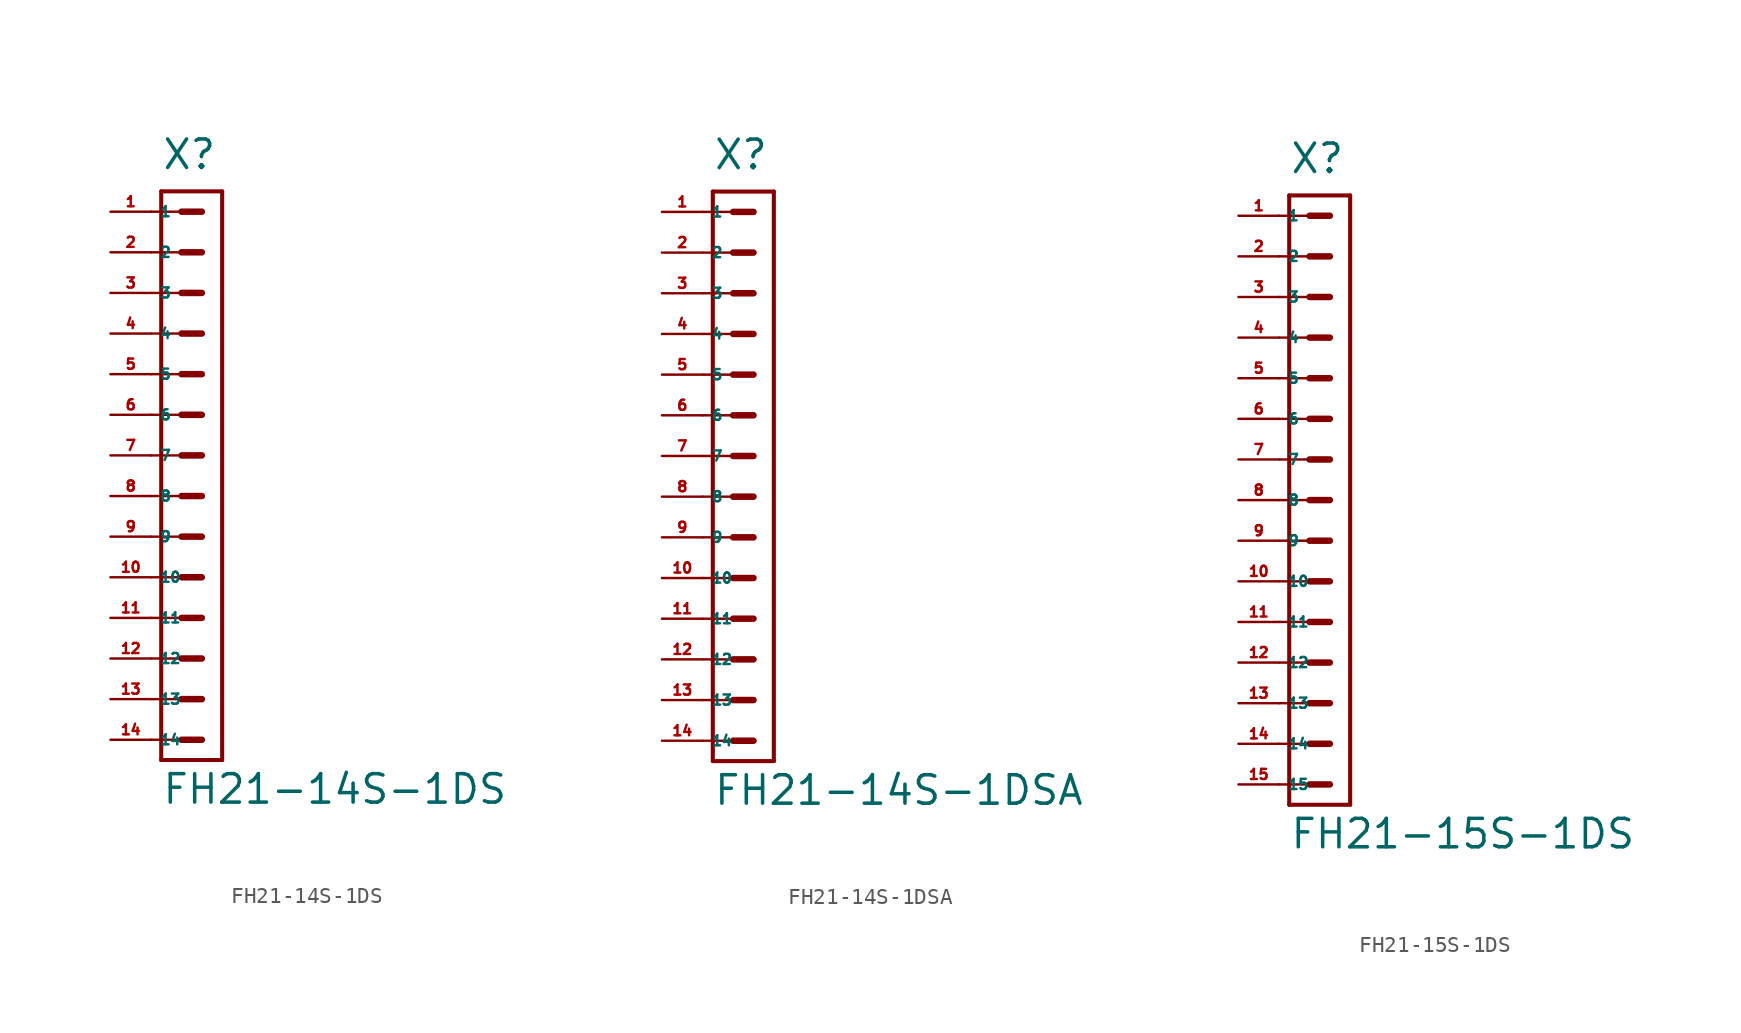
<source format=kicad_sym>
(kicad_symbol_lib
  (version 20220914)
  (generator Eagle2Kicad)
  (symbol "FH21-14S-1DS"
    (property "Reference" "X"
      (at -1.905 17.78 0)
      (effects (font (size 1.778 1.778) (thickness 0.22)) (justify left bottom)))
    (property "Value" "FH21-14S-1DS"
      (at -1.905 -21.907 0)
      (effects (font (size 1.778 1.778) (thickness 0.22)) (justify left bottom)))
    (polyline
      (pts (xy 1.905 16.51) (xy -1.905 16.51))
      (stroke (width 0.254) (type default))
      (fill (type none)))
    (polyline
      (pts (xy -1.905 -19.05) (xy -1.905 16.51))
      (stroke (width 0.254) (type default))
      (fill (type none)))
    (polyline
      (pts (xy -1.905 -19.05) (xy 1.905 -19.05))
      (stroke (width 0.254) (type default))
      (fill (type none)))
    (polyline
      (pts (xy 1.905 16.51) (xy 1.905 -19.05))
      (stroke (width 0.254) (type default))
      (fill (type none)))
    (polyline
      (pts (xy -2.54 15.24) (xy -0.635 15.24))
      (stroke (width 0.152) (type default))
      (fill (type none)))
    (polyline
      (pts (xy -2.54 12.7) (xy -0.635 12.7))
      (stroke (width 0.152) (type default))
      (fill (type none)))
    (polyline
      (pts (xy -2.54 10.16) (xy -0.635 10.16))
      (stroke (width 0.152) (type default))
      (fill (type none)))
    (polyline
      (pts (xy -2.54 7.62) (xy -0.635 7.62))
      (stroke (width 0.152) (type default))
      (fill (type none)))
    (polyline
      (pts (xy -2.54 5.08) (xy -0.635 5.08))
      (stroke (width 0.152) (type default))
      (fill (type none)))
    (polyline
      (pts (xy -2.54 2.54) (xy -0.635 2.54))
      (stroke (width 0.152) (type default))
      (fill (type none)))
    (polyline
      (pts (xy -0.635 15.24) (xy 0.635 15.24))
      (stroke (width 0.406) (type default))
      (fill (type none)))
    (polyline
      (pts (xy -0.635 12.7) (xy 0.635 12.7))
      (stroke (width 0.406) (type default))
      (fill (type none)))
    (polyline
      (pts (xy -0.635 10.16) (xy 0.635 10.16))
      (stroke (width 0.406) (type default))
      (fill (type none)))
    (polyline
      (pts (xy -0.635 7.62) (xy 0.635 7.62))
      (stroke (width 0.406) (type default))
      (fill (type none)))
    (polyline
      (pts (xy -0.635 5.08) (xy 0.635 5.08))
      (stroke (width 0.406) (type default))
      (fill (type none)))
    (polyline
      (pts (xy -0.635 2.54) (xy 0.635 2.54))
      (stroke (width 0.406) (type default))
      (fill (type none)))
    (polyline
      (pts (xy -2.54 0) (xy -0.635 0))
      (stroke (width 0.152) (type default))
      (fill (type none)))
    (polyline
      (pts (xy -2.54 -2.54) (xy -0.635 -2.54))
      (stroke (width 0.152) (type default))
      (fill (type none)))
    (polyline
      (pts (xy -0.635 0) (xy 0.635 0))
      (stroke (width 0.406) (type default))
      (fill (type none)))
    (polyline
      (pts (xy -0.635 -2.54) (xy 0.635 -2.54))
      (stroke (width 0.406) (type default))
      (fill (type none)))
    (polyline
      (pts (xy -2.54 -5.08) (xy -0.635 -5.08))
      (stroke (width 0.152) (type default))
      (fill (type none)))
    (polyline
      (pts (xy -2.54 -7.62) (xy -0.635 -7.62))
      (stroke (width 0.152) (type default))
      (fill (type none)))
    (polyline
      (pts (xy -0.635 -5.08) (xy 0.635 -5.08))
      (stroke (width 0.406) (type default))
      (fill (type none)))
    (polyline
      (pts (xy -0.635 -7.62) (xy 0.635 -7.62))
      (stroke (width 0.406) (type default))
      (fill (type none)))
    (polyline
      (pts (xy -2.54 -10.16) (xy -0.635 -10.16))
      (stroke (width 0.152) (type default))
      (fill (type none)))
    (polyline
      (pts (xy -2.54 -12.7) (xy -0.635 -12.7))
      (stroke (width 0.152) (type default))
      (fill (type none)))
    (polyline
      (pts (xy -0.635 -10.16) (xy 0.635 -10.16))
      (stroke (width 0.406) (type default))
      (fill (type none)))
    (polyline
      (pts (xy -0.635 -12.7) (xy 0.635 -12.7))
      (stroke (width 0.406) (type default))
      (fill (type none)))
    (polyline
      (pts (xy -2.54 -15.24) (xy -0.635 -15.24))
      (stroke (width 0.152) (type default))
      (fill (type none)))
    (polyline
      (pts (xy -2.54 -17.78) (xy -0.635 -17.78))
      (stroke (width 0.152) (type default))
      (fill (type none)))
    (polyline
      (pts (xy -0.635 -15.24) (xy 0.635 -15.24))
      (stroke (width 0.406) (type default))
      (fill (type none)))
    (polyline
      (pts (xy -0.635 -17.78) (xy 0.635 -17.78))
      (stroke (width 0.406) (type default))
      (fill (type none)))
    (pin passive line
      (at -5.08 15.24 0)
      (length 2.54)
      (name "1" (effects (font (size 0.635 0.635) (thickness 0.08)) (justify left bottom)))
      (number "1" (effects (font (size 0.635 0.635) (thickness 0.08)) (justify left bottom))))
    (pin passive line
      (at -5.08 12.7 0)
      (length 2.54)
      (name "2" (effects (font (size 0.635 0.635) (thickness 0.08)) (justify left bottom)))
      (number "2" (effects (font (size 0.635 0.635) (thickness 0.08)) (justify left bottom))))
    (pin passive line
      (at -5.08 10.16 0)
      (length 2.54)
      (name "3" (effects (font (size 0.635 0.635) (thickness 0.08)) (justify left bottom)))
      (number "3" (effects (font (size 0.635 0.635) (thickness 0.08)) (justify left bottom))))
    (pin passive line
      (at -5.08 7.62 0)
      (length 2.54)
      (name "4" (effects (font (size 0.635 0.635) (thickness 0.08)) (justify left bottom)))
      (number "4" (effects (font (size 0.635 0.635) (thickness 0.08)) (justify left bottom))))
    (pin passive line
      (at -5.08 5.08 0)
      (length 2.54)
      (name "5" (effects (font (size 0.635 0.635) (thickness 0.08)) (justify left bottom)))
      (number "5" (effects (font (size 0.635 0.635) (thickness 0.08)) (justify left bottom))))
    (pin passive line
      (at -5.08 2.54 0)
      (length 2.54)
      (name "6" (effects (font (size 0.635 0.635) (thickness 0.08)) (justify left bottom)))
      (number "6" (effects (font (size 0.635 0.635) (thickness 0.08)) (justify left bottom))))
    (pin passive line
      (at -5.08 0 0)
      (length 2.54)
      (name "7" (effects (font (size 0.635 0.635) (thickness 0.08)) (justify left bottom)))
      (number "7" (effects (font (size 0.635 0.635) (thickness 0.08)) (justify left bottom))))
    (pin passive line
      (at -5.08 -2.54 0)
      (length 2.54)
      (name "8" (effects (font (size 0.635 0.635) (thickness 0.08)) (justify left bottom)))
      (number "8" (effects (font (size 0.635 0.635) (thickness 0.08)) (justify left bottom))))
    (pin passive line
      (at -5.08 -5.08 0)
      (length 2.54)
      (name "9" (effects (font (size 0.635 0.635) (thickness 0.08)) (justify left bottom)))
      (number "9" (effects (font (size 0.635 0.635) (thickness 0.08)) (justify left bottom))))
    (pin passive line
      (at -5.08 -7.62 0)
      (length 2.54)
      (name "10" (effects (font (size 0.635 0.635) (thickness 0.08)) (justify left bottom)))
      (number "10" (effects (font (size 0.635 0.635) (thickness 0.08)) (justify left bottom))))
    (pin passive line
      (at -5.08 -10.16 0)
      (length 2.54)
      (name "11" (effects (font (size 0.635 0.635) (thickness 0.08)) (justify left bottom)))
      (number "11" (effects (font (size 0.635 0.635) (thickness 0.08)) (justify left bottom))))
    (pin passive line
      (at -5.08 -12.7 0)
      (length 2.54)
      (name "12" (effects (font (size 0.635 0.635) (thickness 0.08)) (justify left bottom)))
      (number "12" (effects (font (size 0.635 0.635) (thickness 0.08)) (justify left bottom))))
    (pin passive line
      (at -5.08 -15.24 0)
      (length 2.54)
      (name "13" (effects (font (size 0.635 0.635) (thickness 0.08)) (justify left bottom)))
      (number "13" (effects (font (size 0.635 0.635) (thickness 0.08)) (justify left bottom))))
    (pin passive line
      (at -5.08 -17.78 0)
      (length 2.54)
      (name "14" (effects (font (size 0.635 0.635) (thickness 0.08)) (justify left bottom)))
      (number "14" (effects (font (size 0.635 0.635) (thickness 0.08)) (justify left bottom)))))
  (symbol "FH21-14S-1DSA"
    (property "Reference" "X"
      (at -1.905 17.78 0)
      (effects (font (size 1.778 1.778) (thickness 0.22)) (justify left bottom)))
    (property "Value" "FH21-14S-1DSA"
      (at -1.905 -21.907 0)
      (effects (font (size 1.778 1.778) (thickness 0.22)) (justify left bottom)))
    (polyline
      (pts (xy 1.905 16.51) (xy -1.905 16.51))
      (stroke (width 0.254) (type default))
      (fill (type none)))
    (polyline
      (pts (xy -1.905 -19.05) (xy -1.905 16.51))
      (stroke (width 0.254) (type default))
      (fill (type none)))
    (polyline
      (pts (xy -1.905 -19.05) (xy 1.905 -19.05))
      (stroke (width 0.254) (type default))
      (fill (type none)))
    (polyline
      (pts (xy 1.905 16.51) (xy 1.905 -19.05))
      (stroke (width 0.254) (type default))
      (fill (type none)))
    (polyline
      (pts (xy -2.54 15.24) (xy -0.635 15.24))
      (stroke (width 0.152) (type default))
      (fill (type none)))
    (polyline
      (pts (xy -2.54 12.7) (xy -0.635 12.7))
      (stroke (width 0.152) (type default))
      (fill (type none)))
    (polyline
      (pts (xy -2.54 10.16) (xy -0.635 10.16))
      (stroke (width 0.152) (type default))
      (fill (type none)))
    (polyline
      (pts (xy -2.54 7.62) (xy -0.635 7.62))
      (stroke (width 0.152) (type default))
      (fill (type none)))
    (polyline
      (pts (xy -2.54 5.08) (xy -0.635 5.08))
      (stroke (width 0.152) (type default))
      (fill (type none)))
    (polyline
      (pts (xy -2.54 2.54) (xy -0.635 2.54))
      (stroke (width 0.152) (type default))
      (fill (type none)))
    (polyline
      (pts (xy -0.635 15.24) (xy 0.635 15.24))
      (stroke (width 0.406) (type default))
      (fill (type none)))
    (polyline
      (pts (xy -0.635 12.7) (xy 0.635 12.7))
      (stroke (width 0.406) (type default))
      (fill (type none)))
    (polyline
      (pts (xy -0.635 10.16) (xy 0.635 10.16))
      (stroke (width 0.406) (type default))
      (fill (type none)))
    (polyline
      (pts (xy -0.635 7.62) (xy 0.635 7.62))
      (stroke (width 0.406) (type default))
      (fill (type none)))
    (polyline
      (pts (xy -0.635 5.08) (xy 0.635 5.08))
      (stroke (width 0.406) (type default))
      (fill (type none)))
    (polyline
      (pts (xy -0.635 2.54) (xy 0.635 2.54))
      (stroke (width 0.406) (type default))
      (fill (type none)))
    (polyline
      (pts (xy -2.54 0) (xy -0.635 0))
      (stroke (width 0.152) (type default))
      (fill (type none)))
    (polyline
      (pts (xy -2.54 -2.54) (xy -0.635 -2.54))
      (stroke (width 0.152) (type default))
      (fill (type none)))
    (polyline
      (pts (xy -0.635 0) (xy 0.635 0))
      (stroke (width 0.406) (type default))
      (fill (type none)))
    (polyline
      (pts (xy -0.635 -2.54) (xy 0.635 -2.54))
      (stroke (width 0.406) (type default))
      (fill (type none)))
    (polyline
      (pts (xy -2.54 -5.08) (xy -0.635 -5.08))
      (stroke (width 0.152) (type default))
      (fill (type none)))
    (polyline
      (pts (xy -2.54 -7.62) (xy -0.635 -7.62))
      (stroke (width 0.152) (type default))
      (fill (type none)))
    (polyline
      (pts (xy -0.635 -5.08) (xy 0.635 -5.08))
      (stroke (width 0.406) (type default))
      (fill (type none)))
    (polyline
      (pts (xy -0.635 -7.62) (xy 0.635 -7.62))
      (stroke (width 0.406) (type default))
      (fill (type none)))
    (polyline
      (pts (xy -2.54 -10.16) (xy -0.635 -10.16))
      (stroke (width 0.152) (type default))
      (fill (type none)))
    (polyline
      (pts (xy -2.54 -12.7) (xy -0.635 -12.7))
      (stroke (width 0.152) (type default))
      (fill (type none)))
    (polyline
      (pts (xy -0.635 -10.16) (xy 0.635 -10.16))
      (stroke (width 0.406) (type default))
      (fill (type none)))
    (polyline
      (pts (xy -0.635 -12.7) (xy 0.635 -12.7))
      (stroke (width 0.406) (type default))
      (fill (type none)))
    (polyline
      (pts (xy -2.54 -15.24) (xy -0.635 -15.24))
      (stroke (width 0.152) (type default))
      (fill (type none)))
    (polyline
      (pts (xy -2.54 -17.78) (xy -0.635 -17.78))
      (stroke (width 0.152) (type default))
      (fill (type none)))
    (polyline
      (pts (xy -0.635 -15.24) (xy 0.635 -15.24))
      (stroke (width 0.406) (type default))
      (fill (type none)))
    (polyline
      (pts (xy -0.635 -17.78) (xy 0.635 -17.78))
      (stroke (width 0.406) (type default))
      (fill (type none)))
    (pin passive line
      (at -5.08 15.24 0)
      (length 2.54)
      (name "1" (effects (font (size 0.635 0.635) (thickness 0.08)) (justify left bottom)))
      (number "1" (effects (font (size 0.635 0.635) (thickness 0.08)) (justify left bottom))))
    (pin passive line
      (at -5.08 12.7 0)
      (length 2.54)
      (name "2" (effects (font (size 0.635 0.635) (thickness 0.08)) (justify left bottom)))
      (number "2" (effects (font (size 0.635 0.635) (thickness 0.08)) (justify left bottom))))
    (pin passive line
      (at -5.08 10.16 0)
      (length 2.54)
      (name "3" (effects (font (size 0.635 0.635) (thickness 0.08)) (justify left bottom)))
      (number "3" (effects (font (size 0.635 0.635) (thickness 0.08)) (justify left bottom))))
    (pin passive line
      (at -5.08 7.62 0)
      (length 2.54)
      (name "4" (effects (font (size 0.635 0.635) (thickness 0.08)) (justify left bottom)))
      (number "4" (effects (font (size 0.635 0.635) (thickness 0.08)) (justify left bottom))))
    (pin passive line
      (at -5.08 5.08 0)
      (length 2.54)
      (name "5" (effects (font (size 0.635 0.635) (thickness 0.08)) (justify left bottom)))
      (number "5" (effects (font (size 0.635 0.635) (thickness 0.08)) (justify left bottom))))
    (pin passive line
      (at -5.08 2.54 0)
      (length 2.54)
      (name "6" (effects (font (size 0.635 0.635) (thickness 0.08)) (justify left bottom)))
      (number "6" (effects (font (size 0.635 0.635) (thickness 0.08)) (justify left bottom))))
    (pin passive line
      (at -5.08 0 0)
      (length 2.54)
      (name "7" (effects (font (size 0.635 0.635) (thickness 0.08)) (justify left bottom)))
      (number "7" (effects (font (size 0.635 0.635) (thickness 0.08)) (justify left bottom))))
    (pin passive line
      (at -5.08 -2.54 0)
      (length 2.54)
      (name "8" (effects (font (size 0.635 0.635) (thickness 0.08)) (justify left bottom)))
      (number "8" (effects (font (size 0.635 0.635) (thickness 0.08)) (justify left bottom))))
    (pin passive line
      (at -5.08 -5.08 0)
      (length 2.54)
      (name "9" (effects (font (size 0.635 0.635) (thickness 0.08)) (justify left bottom)))
      (number "9" (effects (font (size 0.635 0.635) (thickness 0.08)) (justify left bottom))))
    (pin passive line
      (at -5.08 -7.62 0)
      (length 2.54)
      (name "10" (effects (font (size 0.635 0.635) (thickness 0.08)) (justify left bottom)))
      (number "10" (effects (font (size 0.635 0.635) (thickness 0.08)) (justify left bottom))))
    (pin passive line
      (at -5.08 -10.16 0)
      (length 2.54)
      (name "11" (effects (font (size 0.635 0.635) (thickness 0.08)) (justify left bottom)))
      (number "11" (effects (font (size 0.635 0.635) (thickness 0.08)) (justify left bottom))))
    (pin passive line
      (at -5.08 -12.7 0)
      (length 2.54)
      (name "12" (effects (font (size 0.635 0.635) (thickness 0.08)) (justify left bottom)))
      (number "12" (effects (font (size 0.635 0.635) (thickness 0.08)) (justify left bottom))))
    (pin passive line
      (at -5.08 -15.24 0)
      (length 2.54)
      (name "13" (effects (font (size 0.635 0.635) (thickness 0.08)) (justify left bottom)))
      (number "13" (effects (font (size 0.635 0.635) (thickness 0.08)) (justify left bottom))))
    (pin passive line
      (at -5.08 -17.78 0)
      (length 2.54)
      (name "14" (effects (font (size 0.635 0.635) (thickness 0.08)) (justify left bottom)))
      (number "14" (effects (font (size 0.635 0.635) (thickness 0.08)) (justify left bottom)))))
  (symbol "FH21-15S-1DS"
    (property "Reference" "X"
      (at -1.905 20.32 0)
      (effects (font (size 1.778 1.778) (thickness 0.22)) (justify left bottom)))
    (property "Value" "FH21-15S-1DS"
      (at -1.905 -21.907 0)
      (effects (font (size 1.778 1.778) (thickness 0.22)) (justify left bottom)))
    (polyline
      (pts (xy 1.905 19.05) (xy -1.905 19.05))
      (stroke (width 0.254) (type default))
      (fill (type none)))
    (polyline
      (pts (xy -1.905 -19.05) (xy -1.905 19.05))
      (stroke (width 0.254) (type default))
      (fill (type none)))
    (polyline
      (pts (xy -1.905 -19.05) (xy 1.905 -19.05))
      (stroke (width 0.254) (type default))
      (fill (type none)))
    (polyline
      (pts (xy 1.905 19.05) (xy 1.905 -19.05))
      (stroke (width 0.254) (type default))
      (fill (type none)))
    (polyline
      (pts (xy -2.54 17.78) (xy -0.635 17.78))
      (stroke (width 0.152) (type default))
      (fill (type none)))
    (polyline
      (pts (xy -2.54 15.24) (xy -0.635 15.24))
      (stroke (width 0.152) (type default))
      (fill (type none)))
    (polyline
      (pts (xy -2.54 12.7) (xy -0.635 12.7))
      (stroke (width 0.152) (type default))
      (fill (type none)))
    (polyline
      (pts (xy -2.54 10.16) (xy -0.635 10.16))
      (stroke (width 0.152) (type default))
      (fill (type none)))
    (polyline
      (pts (xy -2.54 7.62) (xy -0.635 7.62))
      (stroke (width 0.152) (type default))
      (fill (type none)))
    (polyline
      (pts (xy -2.54 5.08) (xy -0.635 5.08))
      (stroke (width 0.152) (type default))
      (fill (type none)))
    (polyline
      (pts (xy -0.635 17.78) (xy 0.635 17.78))
      (stroke (width 0.406) (type default))
      (fill (type none)))
    (polyline
      (pts (xy -0.635 15.24) (xy 0.635 15.24))
      (stroke (width 0.406) (type default))
      (fill (type none)))
    (polyline
      (pts (xy -0.635 12.7) (xy 0.635 12.7))
      (stroke (width 0.406) (type default))
      (fill (type none)))
    (polyline
      (pts (xy -0.635 10.16) (xy 0.635 10.16))
      (stroke (width 0.406) (type default))
      (fill (type none)))
    (polyline
      (pts (xy -0.635 7.62) (xy 0.635 7.62))
      (stroke (width 0.406) (type default))
      (fill (type none)))
    (polyline
      (pts (xy -0.635 5.08) (xy 0.635 5.08))
      (stroke (width 0.406) (type default))
      (fill (type none)))
    (polyline
      (pts (xy -2.54 2.54) (xy -0.635 2.54))
      (stroke (width 0.152) (type default))
      (fill (type none)))
    (polyline
      (pts (xy -2.54 0) (xy -0.635 0))
      (stroke (width 0.152) (type default))
      (fill (type none)))
    (polyline
      (pts (xy -0.635 2.54) (xy 0.635 2.54))
      (stroke (width 0.406) (type default))
      (fill (type none)))
    (polyline
      (pts (xy -0.635 0) (xy 0.635 0))
      (stroke (width 0.406) (type default))
      (fill (type none)))
    (polyline
      (pts (xy -2.54 -2.54) (xy -0.635 -2.54))
      (stroke (width 0.152) (type default))
      (fill (type none)))
    (polyline
      (pts (xy -2.54 -5.08) (xy -0.635 -5.08))
      (stroke (width 0.152) (type default))
      (fill (type none)))
    (polyline
      (pts (xy -0.635 -2.54) (xy 0.635 -2.54))
      (stroke (width 0.406) (type default))
      (fill (type none)))
    (polyline
      (pts (xy -0.635 -5.08) (xy 0.635 -5.08))
      (stroke (width 0.406) (type default))
      (fill (type none)))
    (polyline
      (pts (xy -2.54 -7.62) (xy -0.635 -7.62))
      (stroke (width 0.152) (type default))
      (fill (type none)))
    (polyline
      (pts (xy -2.54 -10.16) (xy -0.635 -10.16))
      (stroke (width 0.152) (type default))
      (fill (type none)))
    (polyline
      (pts (xy -0.635 -7.62) (xy 0.635 -7.62))
      (stroke (width 0.406) (type default))
      (fill (type none)))
    (polyline
      (pts (xy -0.635 -10.16) (xy 0.635 -10.16))
      (stroke (width 0.406) (type default))
      (fill (type none)))
    (polyline
      (pts (xy -2.54 -12.7) (xy -0.635 -12.7))
      (stroke (width 0.152) (type default))
      (fill (type none)))
    (polyline
      (pts (xy -2.54 -15.24) (xy -0.635 -15.24))
      (stroke (width 0.152) (type default))
      (fill (type none)))
    (polyline
      (pts (xy -0.635 -12.7) (xy 0.635 -12.7))
      (stroke (width 0.406) (type default))
      (fill (type none)))
    (polyline
      (pts (xy -0.635 -15.24) (xy 0.635 -15.24))
      (stroke (width 0.406) (type default))
      (fill (type none)))
    (polyline
      (pts (xy -2.54 -17.78) (xy -0.635 -17.78))
      (stroke (width 0.152) (type default))
      (fill (type none)))
    (polyline
      (pts (xy -0.635 -17.78) (xy 0.635 -17.78))
      (stroke (width 0.406) (type default))
      (fill (type none)))
    (pin passive line
      (at -5.08 17.78 0)
      (length 2.54)
      (name "1" (effects (font (size 0.635 0.635) (thickness 0.08)) (justify left bottom)))
      (number "1" (effects (font (size 0.635 0.635) (thickness 0.08)) (justify left bottom))))
    (pin passive line
      (at -5.08 15.24 0)
      (length 2.54)
      (name "2" (effects (font (size 0.635 0.635) (thickness 0.08)) (justify left bottom)))
      (number "2" (effects (font (size 0.635 0.635) (thickness 0.08)) (justify left bottom))))
    (pin passive line
      (at -5.08 12.7 0)
      (length 2.54)
      (name "3" (effects (font (size 0.635 0.635) (thickness 0.08)) (justify left bottom)))
      (number "3" (effects (font (size 0.635 0.635) (thickness 0.08)) (justify left bottom))))
    (pin passive line
      (at -5.08 10.16 0)
      (length 2.54)
      (name "4" (effects (font (size 0.635 0.635) (thickness 0.08)) (justify left bottom)))
      (number "4" (effects (font (size 0.635 0.635) (thickness 0.08)) (justify left bottom))))
    (pin passive line
      (at -5.08 7.62 0)
      (length 2.54)
      (name "5" (effects (font (size 0.635 0.635) (thickness 0.08)) (justify left bottom)))
      (number "5" (effects (font (size 0.635 0.635) (thickness 0.08)) (justify left bottom))))
    (pin passive line
      (at -5.08 5.08 0)
      (length 2.54)
      (name "6" (effects (font (size 0.635 0.635) (thickness 0.08)) (justify left bottom)))
      (number "6" (effects (font (size 0.635 0.635) (thickness 0.08)) (justify left bottom))))
    (pin passive line
      (at -5.08 2.54 0)
      (length 2.54)
      (name "7" (effects (font (size 0.635 0.635) (thickness 0.08)) (justify left bottom)))
      (number "7" (effects (font (size 0.635 0.635) (thickness 0.08)) (justify left bottom))))
    (pin passive line
      (at -5.08 0 0)
      (length 2.54)
      (name "8" (effects (font (size 0.635 0.635) (thickness 0.08)) (justify left bottom)))
      (number "8" (effects (font (size 0.635 0.635) (thickness 0.08)) (justify left bottom))))
    (pin passive line
      (at -5.08 -2.54 0)
      (length 2.54)
      (name "9" (effects (font (size 0.635 0.635) (thickness 0.08)) (justify left bottom)))
      (number "9" (effects (font (size 0.635 0.635) (thickness 0.08)) (justify left bottom))))
    (pin passive line
      (at -5.08 -5.08 0)
      (length 2.54)
      (name "10" (effects (font (size 0.635 0.635) (thickness 0.08)) (justify left bottom)))
      (number "10" (effects (font (size 0.635 0.635) (thickness 0.08)) (justify left bottom))))
    (pin passive line
      (at -5.08 -7.62 0)
      (length 2.54)
      (name "11" (effects (font (size 0.635 0.635) (thickness 0.08)) (justify left bottom)))
      (number "11" (effects (font (size 0.635 0.635) (thickness 0.08)) (justify left bottom))))
    (pin passive line
      (at -5.08 -10.16 0)
      (length 2.54)
      (name "12" (effects (font (size 0.635 0.635) (thickness 0.08)) (justify left bottom)))
      (number "12" (effects (font (size 0.635 0.635) (thickness 0.08)) (justify left bottom))))
    (pin passive line
      (at -5.08 -12.7 0)
      (length 2.54)
      (name "13" (effects (font (size 0.635 0.635) (thickness 0.08)) (justify left bottom)))
      (number "13" (effects (font (size 0.635 0.635) (thickness 0.08)) (justify left bottom))))
    (pin passive line
      (at -5.08 -15.24 0)
      (length 2.54)
      (name "14" (effects (font (size 0.635 0.635) (thickness 0.08)) (justify left bottom)))
      (number "14" (effects (font (size 0.635 0.635) (thickness 0.08)) (justify left bottom))))
    (pin passive line
      (at -5.08 -17.78 0)
      (length 2.54)
      (name "15" (effects (font (size 0.635 0.635) (thickness 0.08)) (justify left bottom)))
      (number "15" (effects (font (size 0.635 0.635) (thickness 0.08)) (justify left bottom))))))
</source>
